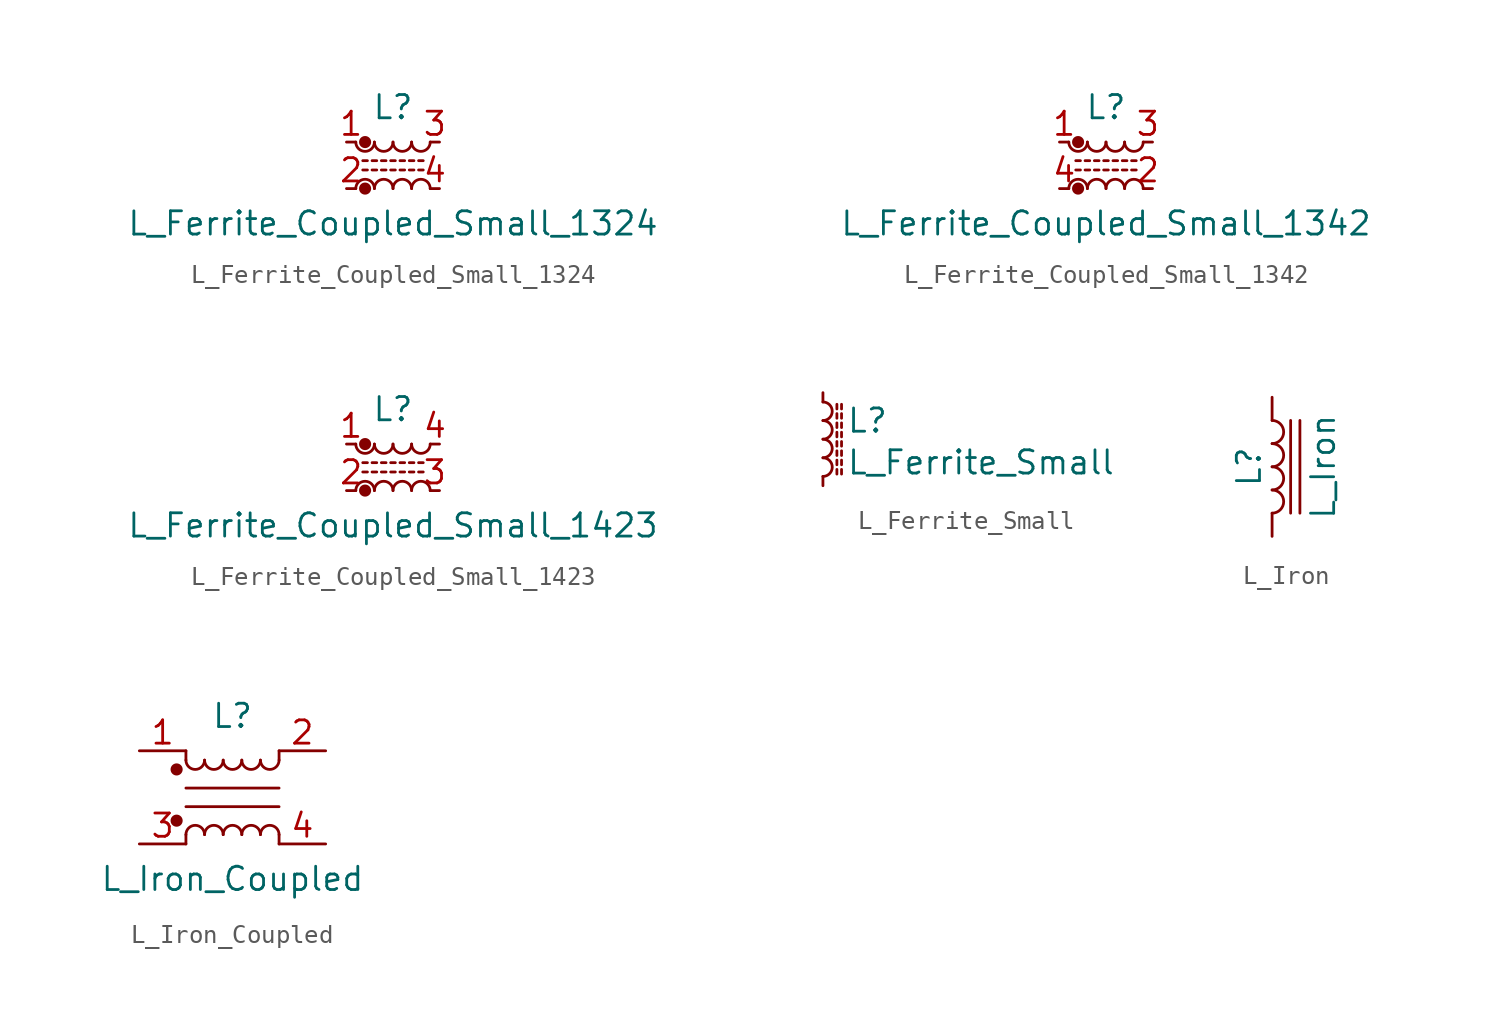
<source format=kicad_sym>
(kicad_symbol_lib
  (version 20201005)
  (generator kicad_symbol_editor)
  (symbol "L_Ferrite_Coupled_Small_1324"
    (pin_names
      (offset 0.254) hide)
    (property "Reference" "L"
      (at 0 3.175 0)
      (effects (font (size 1.27 1.27))))
    (property "Value" "L_Ferrite_Coupled_Small_1324"
      (at 0 -3.175 0)
      (effects (font (size 1.27 1.27))))
    (symbol "L_Ferrite_Coupled_Small_1324_0_1"
      (arc (start -1.016 -1.27) (end -2.032 -1.27) (radius (at -1.524 -1.27) (length 0.508) (angles 0.1 179.9)) (stroke (width 0)) (fill (type none)))
      (arc (start -2.032 1.27) (end -1.016 1.27) (radius (at -1.524 1.27) (length 0.508) (angles -179.9 -0.1)) (stroke (width 0)) (fill (type none)))
      (arc (start 0 -1.27) (end -1.016 -1.27) (radius (at -0.508 -1.27) (length 0.508) (angles 0.1 179.9)) (stroke (width 0)) (fill (type none)))
      (arc (start -1.016 1.27) (end 0 1.27) (radius (at -0.508 1.27) (length 0.508) (angles -179.9 -0.1)) (stroke (width 0)) (fill (type none)))
      (arc (start 1.016 -1.27) (end 0 -1.27) (radius (at 0.508 -1.27) (length 0.508) (angles 0.1 179.9)) (stroke (width 0)) (fill (type none)))
      (arc (start 0 1.27) (end 1.016 1.27) (radius (at 0.508 1.27) (length 0.508) (angles -179.9 -0.1)) (stroke (width 0)) (fill (type none)))
      (arc (start 2.032 -1.27) (end 1.016 -1.27) (radius (at 1.524 -1.27) (length 0.508) (angles 0.1 179.9)) (stroke (width 0)) (fill (type none)))
      (arc (start 1.016 1.27) (end 2.032 1.27) (radius (at 1.524 1.27) (length 0.508) (angles -179.9 -0.1)) (stroke (width 0)) (fill (type none)))
      (circle (center -1.524 -1.27) (radius 0.254) (stroke (width 0)) (fill (type outline)))
      (circle (center -1.524 1.27) (radius 0.254) (stroke (width 0)) (fill (type outline)))
      (polyline (pts (xy -1.651 0.254) (xy -1.397 0.254)) (stroke (width 0)) (fill (type none)))
      (polyline (pts (xy -1.397 -0.254) (xy -1.651 -0.254)) (stroke (width 0)) (fill (type none)))
      (polyline (pts (xy -1.143 0.254) (xy -0.889 0.254)) (stroke (width 0)) (fill (type none)))
      (polyline (pts (xy -0.889 -0.254) (xy -1.143 -0.254)) (stroke (width 0)) (fill (type none)))
      (polyline (pts (xy -0.635 0.254) (xy -0.381 0.254)) (stroke (width 0)) (fill (type none)))
      (polyline (pts (xy -0.381 -0.254) (xy -0.635 -0.254)) (stroke (width 0)) (fill (type none)))
      (polyline (pts (xy -0.127 0.254) (xy 0.127 0.254)) (stroke (width 0)) (fill (type none)))
      (polyline (pts (xy 0.127 -0.254) (xy -0.127 -0.254)) (stroke (width 0)) (fill (type none)))
      (polyline (pts (xy 0.381 0.254) (xy 0.635 0.254)) (stroke (width 0)) (fill (type none)))
      (polyline (pts (xy 0.635 -0.254) (xy 0.381 -0.254)) (stroke (width 0)) (fill (type none)))
      (polyline (pts (xy 0.889 0.254) (xy 1.143 0.254)) (stroke (width 0)) (fill (type none)))
      (polyline (pts (xy 1.143 -0.254) (xy 0.889 -0.254)) (stroke (width 0)) (fill (type none)))
      (polyline (pts (xy 1.397 0.254) (xy 1.651 0.254)) (stroke (width 0)) (fill (type none)))
      (polyline (pts (xy 1.651 -0.254) (xy 1.397 -0.254)) (stroke (width 0)) (fill (type none))))
    (symbol "L_Ferrite_Coupled_Small_1324_1_1"
      (pin passive line (at -2.54 1.27 0) (length 0.508) (name "1" (effects (font (size 1.27 1.27)))) (number "1" (effects (font (size 1.27 1.27)))))
      (pin passive line (at -2.54 -1.27 0) (length 0.508) (name "2" (effects (font (size 1.27 1.27)))) (number "2" (effects (font (size 1.27 1.27)))))
      (pin passive line (at 2.54 1.27 180) (length 0.508) (name "3" (effects (font (size 1.27 1.27)))) (number "3" (effects (font (size 1.27 1.27)))))
      (pin passive line (at 2.54 -1.27 180) (length 0.508) (name "4" (effects (font (size 1.27 1.27)))) (number "4" (effects (font (size 1.27 1.27)))))))
  (symbol "L_Ferrite_Coupled_Small_1342"
    (pin_names
      (offset 0.254) hide)
    (property "Reference" "L"
      (at 0 3.175 0)
      (effects (font (size 1.27 1.27))))
    (property "Value" "L_Ferrite_Coupled_Small_1342"
      (at 0 -3.175 0)
      (effects (font (size 1.27 1.27))))
    (symbol "L_Ferrite_Coupled_Small_1342_0_1"
      (arc (start -1.016 -1.27) (end -2.032 -1.27) (radius (at -1.524 -1.27) (length 0.508) (angles 0.1 179.9)) (stroke (width 0)) (fill (type none)))
      (arc (start -2.032 1.27) (end -1.016 1.27) (radius (at -1.524 1.27) (length 0.508) (angles -179.9 -0.1)) (stroke (width 0)) (fill (type none)))
      (arc (start 0 -1.27) (end -1.016 -1.27) (radius (at -0.508 -1.27) (length 0.508) (angles 0.1 179.9)) (stroke (width 0)) (fill (type none)))
      (arc (start -1.016 1.27) (end 0 1.27) (radius (at -0.508 1.27) (length 0.508) (angles -179.9 -0.1)) (stroke (width 0)) (fill (type none)))
      (arc (start 1.016 -1.27) (end 0 -1.27) (radius (at 0.508 -1.27) (length 0.508) (angles 0.1 179.9)) (stroke (width 0)) (fill (type none)))
      (arc (start 0 1.27) (end 1.016 1.27) (radius (at 0.508 1.27) (length 0.508) (angles -179.9 -0.1)) (stroke (width 0)) (fill (type none)))
      (arc (start 2.032 -1.27) (end 1.016 -1.27) (radius (at 1.524 -1.27) (length 0.508) (angles 0.1 179.9)) (stroke (width 0)) (fill (type none)))
      (arc (start 1.016 1.27) (end 2.032 1.27) (radius (at 1.524 1.27) (length 0.508) (angles -179.9 -0.1)) (stroke (width 0)) (fill (type none)))
      (circle (center -1.524 -1.27) (radius 0.254) (stroke (width 0)) (fill (type outline)))
      (circle (center -1.524 1.27) (radius 0.254) (stroke (width 0)) (fill (type outline)))
      (polyline (pts (xy -1.651 0.254) (xy -1.397 0.254)) (stroke (width 0)) (fill (type none)))
      (polyline (pts (xy -1.397 -0.254) (xy -1.651 -0.254)) (stroke (width 0)) (fill (type none)))
      (polyline (pts (xy -1.143 0.254) (xy -0.889 0.254)) (stroke (width 0)) (fill (type none)))
      (polyline (pts (xy -0.889 -0.254) (xy -1.143 -0.254)) (stroke (width 0)) (fill (type none)))
      (polyline (pts (xy -0.635 0.254) (xy -0.381 0.254)) (stroke (width 0)) (fill (type none)))
      (polyline (pts (xy -0.381 -0.254) (xy -0.635 -0.254)) (stroke (width 0)) (fill (type none)))
      (polyline (pts (xy -0.127 0.254) (xy 0.127 0.254)) (stroke (width 0)) (fill (type none)))
      (polyline (pts (xy 0.127 -0.254) (xy -0.127 -0.254)) (stroke (width 0)) (fill (type none)))
      (polyline (pts (xy 0.381 0.254) (xy 0.635 0.254)) (stroke (width 0)) (fill (type none)))
      (polyline (pts (xy 0.635 -0.254) (xy 0.381 -0.254)) (stroke (width 0)) (fill (type none)))
      (polyline (pts (xy 0.889 0.254) (xy 1.143 0.254)) (stroke (width 0)) (fill (type none)))
      (polyline (pts (xy 1.143 -0.254) (xy 0.889 -0.254)) (stroke (width 0)) (fill (type none)))
      (polyline (pts (xy 1.397 0.254) (xy 1.651 0.254)) (stroke (width 0)) (fill (type none)))
      (polyline (pts (xy 1.651 -0.254) (xy 1.397 -0.254)) (stroke (width 0)) (fill (type none))))
    (symbol "L_Ferrite_Coupled_Small_1342_1_1"
      (pin passive line (at -2.54 1.27 0) (length 0.508) (name "1" (effects (font (size 1.27 1.27)))) (number "1" (effects (font (size 1.27 1.27)))))
      (pin passive line (at 2.54 -1.27 180) (length 0.508) (name "2" (effects (font (size 1.27 1.27)))) (number "2" (effects (font (size 1.27 1.27)))))
      (pin passive line (at 2.54 1.27 180) (length 0.508) (name "3" (effects (font (size 1.27 1.27)))) (number "3" (effects (font (size 1.27 1.27)))))
      (pin passive line (at -2.54 -1.27 0) (length 0.508) (name "4" (effects (font (size 1.27 1.27)))) (number "4" (effects (font (size 1.27 1.27)))))))
  (symbol "L_Ferrite_Coupled_Small_1423"
    (pin_names
      (offset 0.254) hide)
    (property "Reference" "L"
      (at 0 3.175 0)
      (effects (font (size 1.27 1.27))))
    (property "Value" "L_Ferrite_Coupled_Small_1423"
      (at 0 -3.175 0)
      (effects (font (size 1.27 1.27))))
    (symbol "L_Ferrite_Coupled_Small_1423_0_1"
      (arc (start -1.016 -1.27) (end -2.032 -1.27) (radius (at -1.524 -1.27) (length 0.508) (angles 0.1 179.9)) (stroke (width 0)) (fill (type none)))
      (arc (start -2.032 1.27) (end -1.016 1.27) (radius (at -1.524 1.27) (length 0.508) (angles -179.9 -0.1)) (stroke (width 0)) (fill (type none)))
      (arc (start 0 -1.27) (end -1.016 -1.27) (radius (at -0.508 -1.27) (length 0.508) (angles 0.1 179.9)) (stroke (width 0)) (fill (type none)))
      (arc (start -1.016 1.27) (end 0 1.27) (radius (at -0.508 1.27) (length 0.508) (angles -179.9 -0.1)) (stroke (width 0)) (fill (type none)))
      (arc (start 1.016 -1.27) (end 0 -1.27) (radius (at 0.508 -1.27) (length 0.508) (angles 0.1 179.9)) (stroke (width 0)) (fill (type none)))
      (arc (start 0 1.27) (end 1.016 1.27) (radius (at 0.508 1.27) (length 0.508) (angles -179.9 -0.1)) (stroke (width 0)) (fill (type none)))
      (arc (start 2.032 -1.27) (end 1.016 -1.27) (radius (at 1.524 -1.27) (length 0.508) (angles 0.1 179.9)) (stroke (width 0)) (fill (type none)))
      (arc (start 1.016 1.27) (end 2.032 1.27) (radius (at 1.524 1.27) (length 0.508) (angles -179.9 -0.1)) (stroke (width 0)) (fill (type none)))
      (circle (center -1.524 -1.27) (radius 0.254) (stroke (width 0)) (fill (type outline)))
      (circle (center -1.524 1.27) (radius 0.254) (stroke (width 0)) (fill (type outline)))
      (polyline (pts (xy -1.651 0.254) (xy -1.397 0.254)) (stroke (width 0)) (fill (type none)))
      (polyline (pts (xy -1.397 -0.254) (xy -1.651 -0.254)) (stroke (width 0)) (fill (type none)))
      (polyline (pts (xy -1.143 0.254) (xy -0.889 0.254)) (stroke (width 0)) (fill (type none)))
      (polyline (pts (xy -0.889 -0.254) (xy -1.143 -0.254)) (stroke (width 0)) (fill (type none)))
      (polyline (pts (xy -0.635 0.254) (xy -0.381 0.254)) (stroke (width 0)) (fill (type none)))
      (polyline (pts (xy -0.381 -0.254) (xy -0.635 -0.254)) (stroke (width 0)) (fill (type none)))
      (polyline (pts (xy -0.127 0.254) (xy 0.127 0.254)) (stroke (width 0)) (fill (type none)))
      (polyline (pts (xy 0.127 -0.254) (xy -0.127 -0.254)) (stroke (width 0)) (fill (type none)))
      (polyline (pts (xy 0.381 0.254) (xy 0.635 0.254)) (stroke (width 0)) (fill (type none)))
      (polyline (pts (xy 0.635 -0.254) (xy 0.381 -0.254)) (stroke (width 0)) (fill (type none)))
      (polyline (pts (xy 0.889 0.254) (xy 1.143 0.254)) (stroke (width 0)) (fill (type none)))
      (polyline (pts (xy 1.143 -0.254) (xy 0.889 -0.254)) (stroke (width 0)) (fill (type none)))
      (polyline (pts (xy 1.397 0.254) (xy 1.651 0.254)) (stroke (width 0)) (fill (type none)))
      (polyline (pts (xy 1.651 -0.254) (xy 1.397 -0.254)) (stroke (width 0)) (fill (type none))))
    (symbol "L_Ferrite_Coupled_Small_1423_1_1"
      (pin passive line (at -2.54 1.27 0) (length 0.508) (name "1" (effects (font (size 1.27 1.27)))) (number "1" (effects (font (size 1.27 1.27)))))
      (pin passive line (at -2.54 -1.27 0) (length 0.508) (name "2" (effects (font (size 1.27 1.27)))) (number "2" (effects (font (size 1.27 1.27)))))
      (pin passive line (at 2.54 -1.27 180) (length 0.508) (name "3" (effects (font (size 1.27 1.27)))) (number "3" (effects (font (size 1.27 1.27)))))
      (pin passive line (at 2.54 1.27 180) (length 0.508) (name "4" (effects (font (size 1.27 1.27)))) (number "4" (effects (font (size 1.27 1.27)))))))
  (symbol "L_Ferrite_Small"
    (pin_numbers hide)
    (pin_names
      (offset 0.254) hide)
    (property "Reference" "L"
      (at 1.27 1.016 0)
      (effects (font (size 1.27 1.27)) (justify left)))
    (property "Value" "L_Ferrite_Small"
      (at 1.27 -1.27 0)
      (effects (font (size 1.27 1.27)) (justify left)))
    (symbol "L_Ferrite_Small_0_1"
      (arc (start 0 -2.032) (end 0 -1.016) (radius (at 0 -1.524) (length 0.508) (angles -89.9 89.9)) (stroke (width 0)) (fill (type none)))
      (arc (start 0 -1.016) (end 0 0) (radius (at 0 -0.508) (length 0.508) (angles -89.9 89.9)) (stroke (width 0)) (fill (type none)))
      (arc (start 0 0) (end 0 1.016) (radius (at 0 0.508) (length 0.508) (angles -89.9 89.9)) (stroke (width 0)) (fill (type none)))
      (arc (start 0 1.016) (end 0 2.032) (radius (at 0 1.524) (length 0.508) (angles -89.9 89.9)) (stroke (width 0)) (fill (type none)))
      (polyline (pts (xy 0.762 -1.905) (xy 0.762 -1.651)) (stroke (width 0)) (fill (type none)))
      (polyline (pts (xy 0.762 -1.397) (xy 0.762 -1.143)) (stroke (width 0)) (fill (type none)))
      (polyline (pts (xy 0.762 -0.889) (xy 0.762 -0.635)) (stroke (width 0)) (fill (type none)))
      (polyline (pts (xy 0.762 -0.381) (xy 0.762 -0.127)) (stroke (width 0)) (fill (type none)))
      (polyline (pts (xy 0.762 0.127) (xy 0.762 0.381)) (stroke (width 0)) (fill (type none)))
      (polyline (pts (xy 0.762 0.635) (xy 0.762 0.889)) (stroke (width 0)) (fill (type none)))
      (polyline (pts (xy 0.762 1.143) (xy 0.762 1.397)) (stroke (width 0)) (fill (type none)))
      (polyline (pts (xy 0.762 1.651) (xy 0.762 1.905)) (stroke (width 0)) (fill (type none)))
      (polyline (pts (xy 1.016 -1.651) (xy 1.016 -1.905)) (stroke (width 0)) (fill (type none)))
      (polyline (pts (xy 1.016 -1.143) (xy 1.016 -1.397)) (stroke (width 0)) (fill (type none)))
      (polyline (pts (xy 1.016 -0.635) (xy 1.016 -0.889)) (stroke (width 0)) (fill (type none)))
      (polyline (pts (xy 1.016 -0.127) (xy 1.016 -0.381)) (stroke (width 0)) (fill (type none)))
      (polyline (pts (xy 1.016 0.381) (xy 1.016 0.127)) (stroke (width 0)) (fill (type none)))
      (polyline (pts (xy 1.016 0.889) (xy 1.016 0.635)) (stroke (width 0)) (fill (type none)))
      (polyline (pts (xy 1.016 1.397) (xy 1.016 1.143)) (stroke (width 0)) (fill (type none)))
      (polyline (pts (xy 1.016 1.905) (xy 1.016 1.651)) (stroke (width 0)) (fill (type none))))
    (symbol "L_Ferrite_Small_1_1"
      (pin passive line (at 0 2.54 270) (length 0.508) (name "~" (effects (font (size 1.27 1.27)))) (number "1" (effects (font (size 1.27 1.27)))))
      (pin passive line (at 0 -2.54 90) (length 0.508) (name "~" (effects (font (size 1.27 1.27)))) (number "2" (effects (font (size 1.27 1.27)))))))
  (symbol "L_Iron"
    (pin_numbers hide)
    (pin_names
      (offset 1.016) hide)
    (property "Reference" "L"
      (at -1.27 0 90)
      (effects (font (size 1.27 1.27))))
    (property "Value" "L_Iron"
      (at 2.794 0 90)
      (effects (font (size 1.27 1.27))))
    (symbol "L_Iron_0_1"
      (arc (start 0 -2.54) (end 0 -1.27) (radius (at 0 -1.905) (length 0.635) (angles -89.9 89.9)) (stroke (width 0)) (fill (type none)))
      (arc (start 0 -1.27) (end 0 0) (radius (at 0 -0.635) (length 0.635) (angles -89.9 89.9)) (stroke (width 0)) (fill (type none)))
      (arc (start 0 0) (end 0 1.27) (radius (at 0 0.635) (length 0.635) (angles -89.9 89.9)) (stroke (width 0)) (fill (type none)))
      (arc (start 0 1.27) (end 0 2.54) (radius (at 0 1.905) (length 0.635) (angles -89.9 89.9)) (stroke (width 0)) (fill (type none)))
      (polyline (pts (xy 1.016 2.54) (xy 1.016 -2.54)) (stroke (width 0)) (fill (type none)))
      (polyline (pts (xy 1.524 -2.54) (xy 1.524 2.54)) (stroke (width 0)) (fill (type none))))
    (symbol "L_Iron_1_1"
      (pin passive line (at 0 3.81 270) (length 1.27) (name "1" (effects (font (size 1.27 1.27)))) (number "1" (effects (font (size 1.27 1.27)))))
      (pin passive line (at 0 -3.81 90) (length 1.27) (name "2" (effects (font (size 1.27 1.27)))) (number "2" (effects (font (size 1.27 1.27)))))))
  (symbol "L_Iron_Coupled"
    (pin_names
      (offset 0.254) hide)
    (property "Reference" "L"
      (at 0 4.445 0)
      (effects (font (size 1.27 1.27))))
    (property "Value" "L_Iron_Coupled"
      (at 0 -4.445 0)
      (effects (font (size 1.27 1.27))))
    (symbol "L_Iron_Coupled_0_1"
      (arc (start -1.524 -2.032) (end -2.54 -2.032) (radius (at -2.032 -2.032) (length 0.508) (angles 0.1 179.9)) (stroke (width 0)) (fill (type none)))
      (arc (start -2.54 2.032) (end -1.524 2.032) (radius (at -2.032 2.032) (length 0.508) (angles -179.9 -0.1)) (stroke (width 0)) (fill (type none)))
      (arc (start -0.508 -2.032) (end -1.524 -2.032) (radius (at -1.016 -2.032) (length 0.508) (angles 0.1 179.9)) (stroke (width 0)) (fill (type none)))
      (arc (start -1.524 2.032) (end -0.508 2.032) (radius (at -1.016 2.032) (length 0.508) (angles -179.9 -0.1)) (stroke (width 0)) (fill (type none)))
      (arc (start 0.508 -2.032) (end -0.508 -2.032) (radius (at 0 -2.032) (length 0.508) (angles 0.1 179.9)) (stroke (width 0)) (fill (type none)))
      (arc (start -0.508 2.032) (end 0.508 2.032) (radius (at 0 2.032) (length 0.508) (angles -179.9 -0.1)) (stroke (width 0)) (fill (type none)))
      (arc (start 1.524 -2.032) (end 0.508 -2.032) (radius (at 1.016 -2.032) (length 0.508) (angles 0.1 179.9)) (stroke (width 0)) (fill (type none)))
      (arc (start 0.508 2.032) (end 1.524 2.032) (radius (at 1.016 2.032) (length 0.508) (angles -179.9 -0.1)) (stroke (width 0)) (fill (type none)))
      (arc (start 2.54 -2.032) (end 1.524 -2.032) (radius (at 2.032 -2.032) (length 0.508) (angles 0.1 179.9)) (stroke (width 0)) (fill (type none)))
      (arc (start 1.524 2.032) (end 2.54 2.032) (radius (at 2.032 2.032) (length 0.508) (angles -179.9 -0.1)) (stroke (width 0)) (fill (type none)))
      (circle (center -3.048 -1.27) (radius 0.254) (stroke (width 0)) (fill (type outline)))
      (circle (center -3.048 1.524) (radius 0.254) (stroke (width 0)) (fill (type outline)))
      (polyline (pts (xy -2.54 -2.032) (xy -2.54 -2.54)) (stroke (width 0)) (fill (type none)))
      (polyline (pts (xy -2.54 0.508) (xy 2.54 0.508)) (stroke (width 0)) (fill (type none)))
      (polyline (pts (xy -2.54 2.032) (xy -2.54 2.54)) (stroke (width 0)) (fill (type none)))
      (polyline (pts (xy 2.54 -2.032) (xy 2.54 -2.54)) (stroke (width 0)) (fill (type none)))
      (polyline (pts (xy 2.54 -0.508) (xy -2.54 -0.508)) (stroke (width 0)) (fill (type none)))
      (polyline (pts (xy 2.54 2.54) (xy 2.54 2.032)) (stroke (width 0)) (fill (type none))))
    (symbol "L_Iron_Coupled_1_1"
      (pin passive line (at -5.08 2.54 0) (length 2.54) (name "1" (effects (font (size 1.27 1.27)))) (number "1" (effects (font (size 1.27 1.27)))))
      (pin passive line (at 5.08 2.54 180) (length 2.54) (name "2" (effects (font (size 1.27 1.27)))) (number "2" (effects (font (size 1.27 1.27)))))
      (pin passive line (at -5.08 -2.54 0) (length 2.54) (name "3" (effects (font (size 1.27 1.27)))) (number "3" (effects (font (size 1.27 1.27)))))
      (pin passive line (at 5.08 -2.54 180) (length 2.54) (name "4" (effects (font (size 1.27 1.27)))) (number "4" (effects (font (size 1.27 1.27))))))))
</source>
